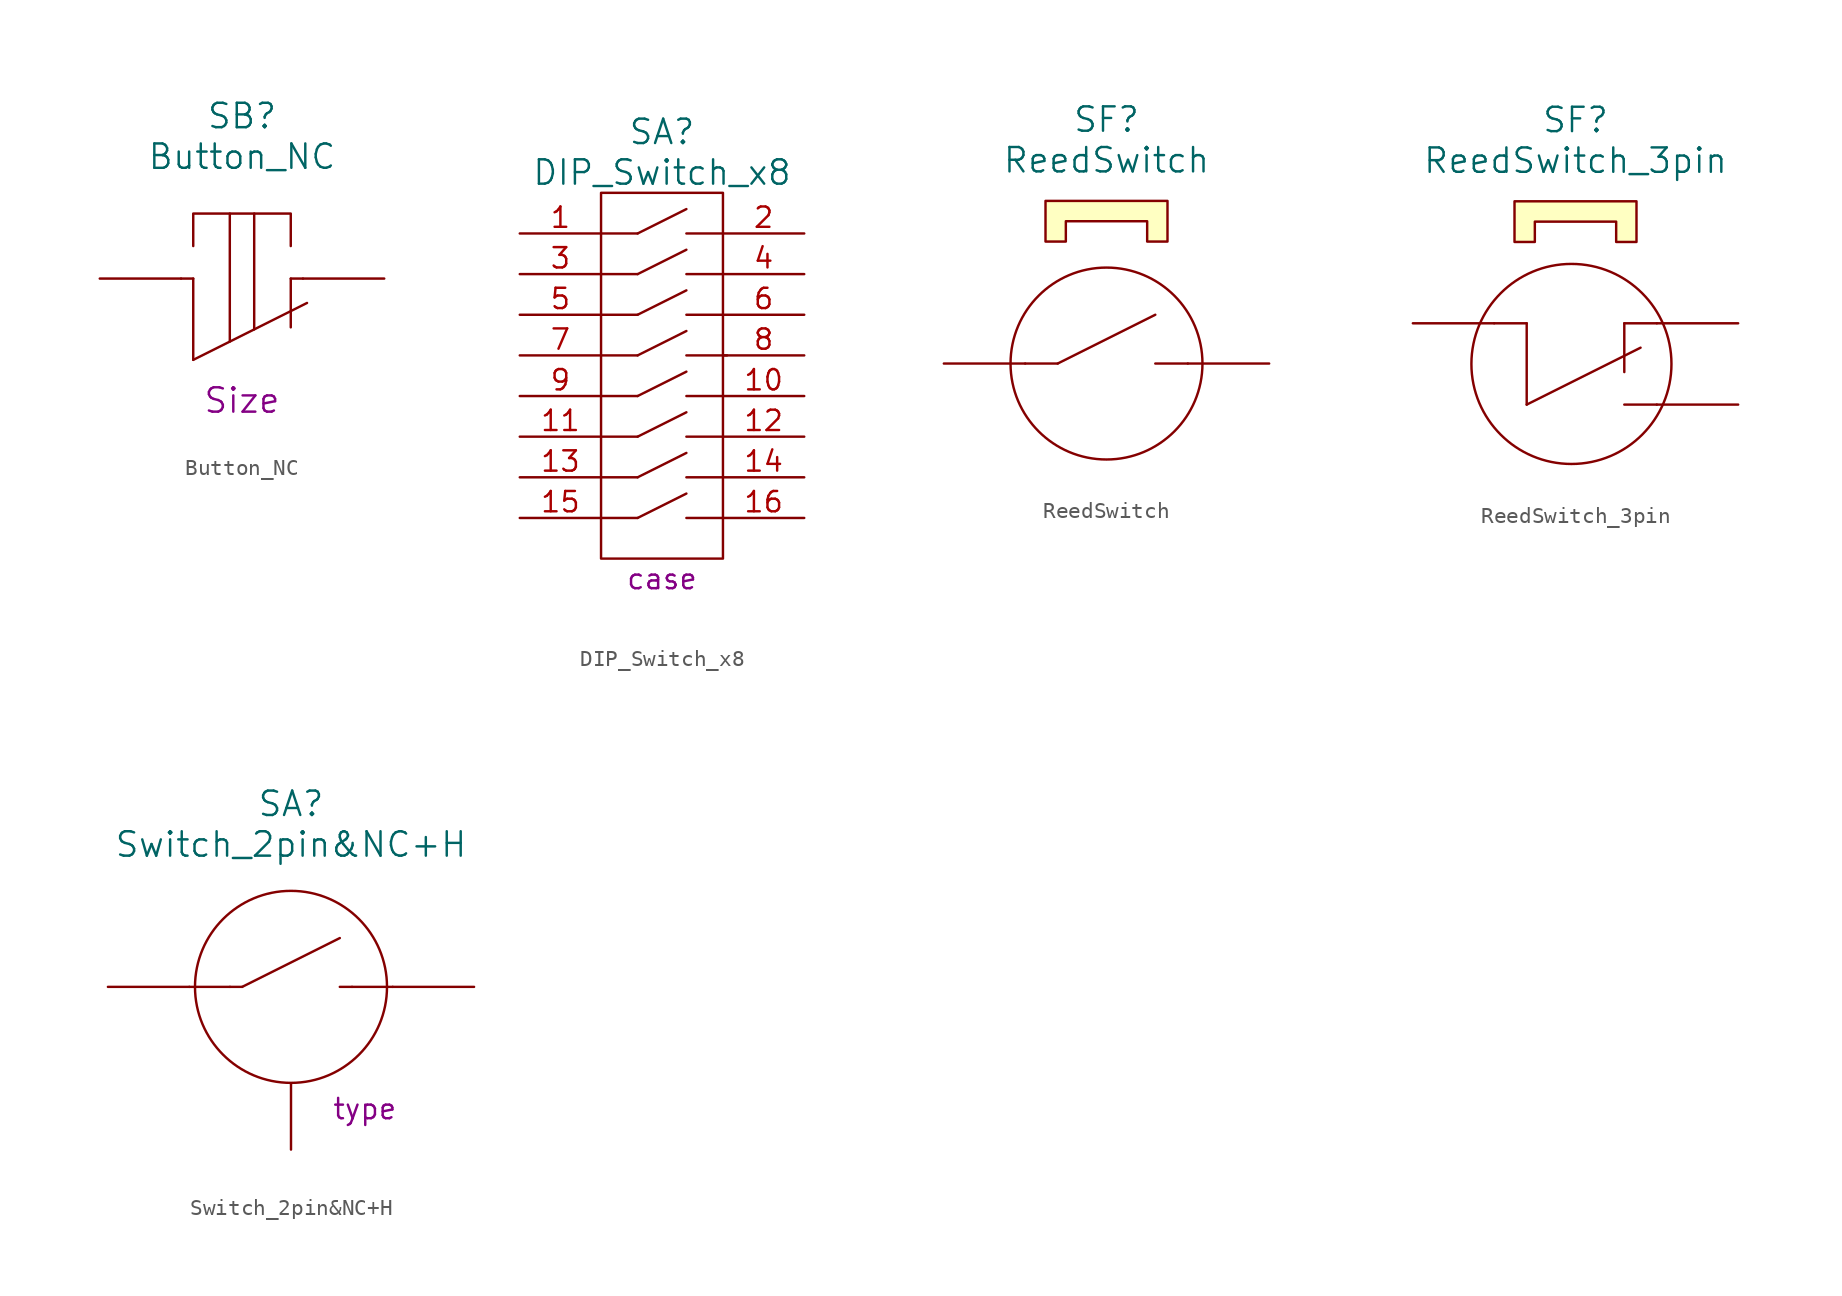
<source format=kicad_sym>
(kicad_symbol_lib
  (version 20220914)
  (generator kicad_symbol_editor)
  (symbol "Button_NC"
    (pin_numbers hide)
    (pin_names
      (offset 1.016) hide)
    (property "Reference" "SB"
      (at 0 10.16 0)
      (effects (font (size 1.524 1.524))))
    (property "Value" "Button_NC"
      (at 0 7.62 0)
      (effects (font (size 1.524 1.524))))
    (property "Footprint" ""
      (at -8.89 0 0)
      (effects (font (size 1.524 1.524))))
    (property "Datasheet" ""
      (at -8.89 0 0)
      (effects (font (size 1.524 1.524))))
    (property "Size" "Size"
      (at 0 -7.62 0)
      (effects (font (size 1.524 1.524))))
    (symbol "Button_NC_0_1"
      (polyline (pts (xy -0.762 -3.937) (xy -0.762 4.064)) (stroke (width 0) (type solid)) (fill (type none)))
      (polyline (pts (xy 0.762 -3.175) (xy 0.762 3.937) (xy 0.762 4.064)) (stroke (width 0) (type solid)) (fill (type none)))
      (polyline (pts (xy 3.048 2.032) (xy 3.048 4.064) (xy -3.048 4.064) (xy -3.048 2.032)) (stroke (width 0) (type solid)) (fill (type none))))
    (symbol "Button_NC_1_1"
      (polyline (pts (xy -3.048 -5.08) (xy -3.048 0)) (stroke (width 0) (type solid)) (fill (type none)))
      (polyline (pts (xy -3.048 -5.08) (xy 4.064 -1.524)) (stroke (width 0) (type solid)) (fill (type none)))
      (polyline (pts (xy -3.048 0) (xy -3.81 0)) (stroke (width 0) (type solid)) (fill (type none)))
      (polyline (pts (xy 3.048 0) (xy 3.048 -3.048)) (stroke (width 0) (type solid)) (fill (type none)))
      (polyline (pts (xy 3.81 0) (xy 3.048 0)) (stroke (width 0) (type solid)) (fill (type none)))
      (pin passive line (at -8.89 0 0) (length 5.08) (name "1" (effects (font (size 1.27 1.27)))) (number "1" (effects (font (size 1.27 1.27)))))
      (pin passive line (at 8.89 0 180) (length 5.08) (name "2" (effects (font (size 1.27 1.27)))) (number "2" (effects (font (size 1.27 1.27)))))))
  (symbol "DIP_Switch_x8"
    (pin_names
      (offset 1.016) hide)
    (property "Reference" "SA"
      (at 0 15.24 0)
      (effects (font (size 1.524 1.524))))
    (property "Value" "DIP_Switch_x8"
      (at 0 12.7 0)
      (effects (font (size 1.524 1.524))))
    (property "Footprint" ""
      (at -8.89 8.89 0)
      (effects (font (size 1.524 1.524))))
    (property "Datasheet" ""
      (at -8.89 8.89 0)
      (effects (font (size 1.524 1.524))))
    (property "Case" "case"
      (at 0 -12.7 0)
      (effects (font (size 1.27 1.27))))
    (symbol "DIP_Switch_x8_0_1"
      (rectangle (start -3.81 11.43) (end 3.81 -11.43) (stroke (width 0) (type solid)) (fill (type none)))
      (polyline (pts (xy -1.524 -8.89) (xy -3.81 -8.89)) (stroke (width 0) (type solid)) (fill (type none)))
      (polyline (pts (xy -1.524 -8.89) (xy 1.524 -7.366)) (stroke (width 0) (type solid)) (fill (type none)))
      (polyline (pts (xy -1.524 -6.35) (xy -3.81 -6.35)) (stroke (width 0) (type solid)) (fill (type none)))
      (polyline (pts (xy -1.524 -6.35) (xy 1.524 -4.826)) (stroke (width 0) (type solid)) (fill (type none)))
      (polyline (pts (xy -1.524 -3.81) (xy -3.81 -3.81)) (stroke (width 0) (type solid)) (fill (type none)))
      (polyline (pts (xy -1.524 -3.81) (xy 1.524 -2.286)) (stroke (width 0) (type solid)) (fill (type none)))
      (polyline (pts (xy -1.524 -1.27) (xy -3.81 -1.27)) (stroke (width 0) (type solid)) (fill (type none)))
      (polyline (pts (xy -1.524 -1.27) (xy 1.524 0.254)) (stroke (width 0) (type solid)) (fill (type none)))
      (polyline (pts (xy -1.524 1.27) (xy -3.81 1.27)) (stroke (width 0) (type solid)) (fill (type none)))
      (polyline (pts (xy -1.524 1.27) (xy 1.524 2.794)) (stroke (width 0) (type solid)) (fill (type none)))
      (polyline (pts (xy -1.524 3.81) (xy -3.81 3.81)) (stroke (width 0) (type solid)) (fill (type none)))
      (polyline (pts (xy -1.524 3.81) (xy 1.524 5.334)) (stroke (width 0) (type solid)) (fill (type none)))
      (polyline (pts (xy -1.524 6.35) (xy -3.81 6.35)) (stroke (width 0) (type solid)) (fill (type none)))
      (polyline (pts (xy -1.524 6.35) (xy 1.524 7.874)) (stroke (width 0) (type solid)) (fill (type none)))
      (polyline (pts (xy -1.524 8.89) (xy -3.81 8.89)) (stroke (width 0) (type solid)) (fill (type none)))
      (polyline (pts (xy -1.524 8.89) (xy 1.524 10.414)) (stroke (width 0) (type solid)) (fill (type none)))
      (polyline (pts (xy 1.524 -8.89) (xy 3.81 -8.89)) (stroke (width 0) (type solid)) (fill (type none)))
      (polyline (pts (xy 1.524 -6.35) (xy 3.81 -6.35)) (stroke (width 0) (type solid)) (fill (type none)))
      (polyline (pts (xy 1.524 -3.81) (xy 3.81 -3.81)) (stroke (width 0) (type solid)) (fill (type none)))
      (polyline (pts (xy 1.524 -1.27) (xy 3.81 -1.27)) (stroke (width 0) (type solid)) (fill (type none)))
      (polyline (pts (xy 1.524 1.27) (xy 4.064 1.27)) (stroke (width 0) (type solid)) (fill (type none)))
      (polyline (pts (xy 1.524 3.81) (xy 3.81 3.81)) (stroke (width 0) (type solid)) (fill (type none)))
      (polyline (pts (xy 1.524 6.35) (xy 3.81 6.35)) (stroke (width 0) (type solid)) (fill (type none)))
      (polyline (pts (xy 1.524 8.89) (xy 3.81 8.89)) (stroke (width 0) (type solid)) (fill (type none))))
    (symbol "DIP_Switch_x8_1_1"
      (pin passive line (at -8.89 8.89 0) (length 5.08) (name "1" (effects (font (size 1.27 1.27)))) (number "1" (effects (font (size 1.27 1.27)))))
      (pin passive line (at 8.89 -1.27 180) (length 5.08) (name "10" (effects (font (size 1.27 1.27)))) (number "10" (effects (font (size 1.27 1.27)))))
      (pin passive line (at -8.89 -3.81 0) (length 5.08) (name "11" (effects (font (size 1.27 1.27)))) (number "11" (effects (font (size 1.27 1.27)))))
      (pin passive line (at 8.89 -3.81 180) (length 5.08) (name "12" (effects (font (size 1.27 1.27)))) (number "12" (effects (font (size 1.27 1.27)))))
      (pin passive line (at -8.89 -6.35 0) (length 5.08) (name "13" (effects (font (size 1.27 1.27)))) (number "13" (effects (font (size 1.27 1.27)))))
      (pin passive line (at 8.89 -6.35 180) (length 5.08) (name "14" (effects (font (size 1.27 1.27)))) (number "14" (effects (font (size 1.27 1.27)))))
      (pin passive line (at -8.89 -8.89 0) (length 5.08) (name "15" (effects (font (size 1.27 1.27)))) (number "15" (effects (font (size 1.27 1.27)))))
      (pin passive line (at 8.89 -8.89 180) (length 5.08) (name "16" (effects (font (size 1.27 1.27)))) (number "16" (effects (font (size 1.27 1.27)))))
      (pin passive line (at 8.89 8.89 180) (length 5.08) (name "2" (effects (font (size 1.27 1.27)))) (number "2" (effects (font (size 1.27 1.27)))))
      (pin passive line (at -8.89 6.35 0) (length 5.08) (name "3" (effects (font (size 1.27 1.27)))) (number "3" (effects (font (size 1.27 1.27)))))
      (pin passive line (at 8.89 6.35 180) (length 5.08) (name "4" (effects (font (size 1.27 1.27)))) (number "4" (effects (font (size 1.27 1.27)))))
      (pin passive line (at -8.89 3.81 0) (length 5.08) (name "5" (effects (font (size 1.27 1.27)))) (number "5" (effects (font (size 1.27 1.27)))))
      (pin passive line (at 8.89 3.81 180) (length 5.08) (name "6" (effects (font (size 1.27 1.27)))) (number "6" (effects (font (size 1.27 1.27)))))
      (pin passive line (at -8.89 1.27 0) (length 5.08) (name "7" (effects (font (size 1.27 1.27)))) (number "7" (effects (font (size 1.27 1.27)))))
      (pin passive line (at 8.89 1.27 180) (length 5.08) (name "8" (effects (font (size 1.27 1.27)))) (number "8" (effects (font (size 1.27 1.27)))))
      (pin passive line (at -8.89 -1.27 0) (length 5.08) (name "9" (effects (font (size 1.27 1.27)))) (number "9" (effects (font (size 1.27 1.27)))))))
  (symbol "ReedSwitch"
    (pin_numbers hide)
    (pin_names
      (offset 1.016) hide)
    (property "Reference" "SF"
      (at 0 15.24 0)
      (effects (font (size 1.524 1.524))))
    (property "Value" "ReedSwitch"
      (at 0 12.7 0)
      (effects (font (size 1.524 1.524))))
    (property "Footprint" ""
      (at -10.16 0 0)
      (effects (font (size 1.524 1.524))))
    (property "Datasheet" ""
      (at -10.16 0 0)
      (effects (font (size 1.524 1.524))))
    (symbol "ReedSwitch_0_1"
      (polyline (pts (xy -3.048 0) (xy -5.08 0)) (stroke (width 0) (type solid)) (fill (type none)))
      (polyline (pts (xy -3.048 0) (xy 3.048 3.048)) (stroke (width 0) (type solid)) (fill (type none)))
      (polyline (pts (xy 5.08 0) (xy 3.048 0)) (stroke (width 0) (type solid)) (fill (type none)))
      (polyline (pts (xy 3.81 7.62) (xy 3.81 10.16) (xy -3.81 10.16) (xy -3.81 7.62) (xy -2.54 7.62) (xy -2.54 8.89) (xy 2.54 8.89) (xy 2.54 7.62) (xy 3.81 7.62)) (stroke (width 0) (type solid)) (fill (type background)))
      (circle (center 0 0) (radius 5.994) (stroke (width 0) (type solid)) (fill (type none))))
    (symbol "ReedSwitch_1_1"
      (pin passive line (at -10.16 0 0) (length 5.08) (name "1" (effects (font (size 1.27 1.27)))) (number "1" (effects (font (size 1.27 1.27)))))
      (pin passive line (at 10.16 0 180) (length 5.08) (name "2" (effects (font (size 1.27 1.27)))) (number "2" (effects (font (size 1.27 1.27)))))))
  (symbol "ReedSwitch_3pin"
    (pin_numbers hide)
    (pin_names
      (offset 1.016) hide)
    (property "Reference" "SF"
      (at 0 15.24 0)
      (effects (font (size 1.524 1.524))))
    (property "Value" "ReedSwitch_3pin"
      (at 0 12.7 0)
      (effects (font (size 1.524 1.524))))
    (property "Footprint" ""
      (at -10.16 2.54 0)
      (effects (font (size 1.524 1.524))))
    (property "Datasheet" ""
      (at -10.16 2.54 0)
      (effects (font (size 1.524 1.524))))
    (symbol "ReedSwitch_3pin_0_1"
      (circle (center -0.254 0) (radius 6.248) (stroke (width 0) (type solid)) (fill (type none)))
      (polyline (pts (xy -3.048 -2.54) (xy -3.048 2.54)) (stroke (width 0) (type solid)) (fill (type none)))
      (polyline (pts (xy -3.048 -2.54) (xy 4.064 1.016)) (stroke (width 0) (type solid)) (fill (type none)))
      (polyline (pts (xy -3.048 2.54) (xy -5.08 2.54)) (stroke (width 0) (type solid)) (fill (type none)))
      (polyline (pts (xy 3.048 2.54) (xy 3.048 -0.508)) (stroke (width 0) (type solid)) (fill (type none)))
      (polyline (pts (xy 5.08 -2.54) (xy 3.048 -2.54)) (stroke (width 0) (type solid)) (fill (type none)))
      (polyline (pts (xy 5.08 2.54) (xy 3.048 2.54)) (stroke (width 0) (type solid)) (fill (type none)))
      (polyline (pts (xy 3.81 7.62) (xy 3.81 10.16) (xy -3.81 10.16) (xy -3.81 7.62) (xy -2.54 7.62) (xy -2.54 8.89) (xy 2.54 8.89) (xy 2.54 7.62) (xy 3.81 7.62)) (stroke (width 0) (type solid)) (fill (type background))))
    (symbol "ReedSwitch_3pin_1_1"
      (pin passive line (at -10.16 2.54 0) (length 5.08) (name "1" (effects (font (size 1.27 1.27)))) (number "1" (effects (font (size 1.27 1.27)))))
      (pin passive line (at 10.16 -2.54 180) (length 5.08) (name "2" (effects (font (size 1.27 1.27)))) (number "2" (effects (font (size 1.27 1.27)))))
      (pin passive line (at 10.16 2.54 180) (length 5.08) (name "3" (effects (font (size 1.27 1.27)))) (number "3" (effects (font (size 1.27 1.27)))))))
  (symbol "Switch_2pin&NC+H"
    (pin_numbers hide)
    (pin_names
      (offset 1.016) hide)
    (property "Reference" "SA"
      (at 0 11.43 0)
      (effects (font (size 1.524 1.524))))
    (property "Value" "Switch_2pin&NC+H"
      (at 0 8.89 0)
      (effects (font (size 1.524 1.524))))
    (property "Footprint" ""
      (at -11.43 0 0)
      (effects (font (size 1.524 1.524))))
    (property "Datasheet" ""
      (at -11.43 0 0)
      (effects (font (size 1.524 1.524))))
    (property "Type" "type"
      (at 2.54 -7.62 0)
      (effects (font (size 1.27 1.27)) (justify left)))
    (symbol "Switch_2pin&NC+H_0_1"
      (polyline (pts (xy -3.81 0) (xy -6.35 0)) (stroke (width 0) (type solid)) (fill (type none)))
      (polyline (pts (xy -3.048 0) (xy -3.81 0)) (stroke (width 0) (type solid)) (fill (type none)))
      (polyline (pts (xy -3.048 0) (xy 3.048 3.048)) (stroke (width 0) (type solid)) (fill (type none)))
      (polyline (pts (xy 3.81 0) (xy 3.048 0)) (stroke (width 0) (type solid)) (fill (type none)))
      (polyline (pts (xy 6.35 0) (xy 3.81 0)) (stroke (width 0) (type solid)) (fill (type none)))
      (circle (center 0 0) (radius 5.994) (stroke (width 0) (type solid)) (fill (type none))))
    (symbol "Switch_2pin&NC+H_1_1"
      (pin no_connect line (at 11.43 3.81 180) (length 5.08) hide (name "NC" (effects (font (size 1.27 1.27)))) (number "1" (effects (font (size 1.27 1.27)))))
      (pin passive line (at -11.43 0 0) (length 5.08) (name "2" (effects (font (size 1.27 1.27)))) (number "2" (effects (font (size 1.27 1.27)))))
      (pin passive line (at 11.43 0 180) (length 5.08) (name "3" (effects (font (size 1.27 1.27)))) (number "3" (effects (font (size 1.27 1.27)))))
      (pin passive line (at 0 -10.16 90) (length 4.14) (name "H" (effects (font (size 1.27 1.27)))) (number "H" (effects (font (size 1.27 1.27))))))))
</source>
